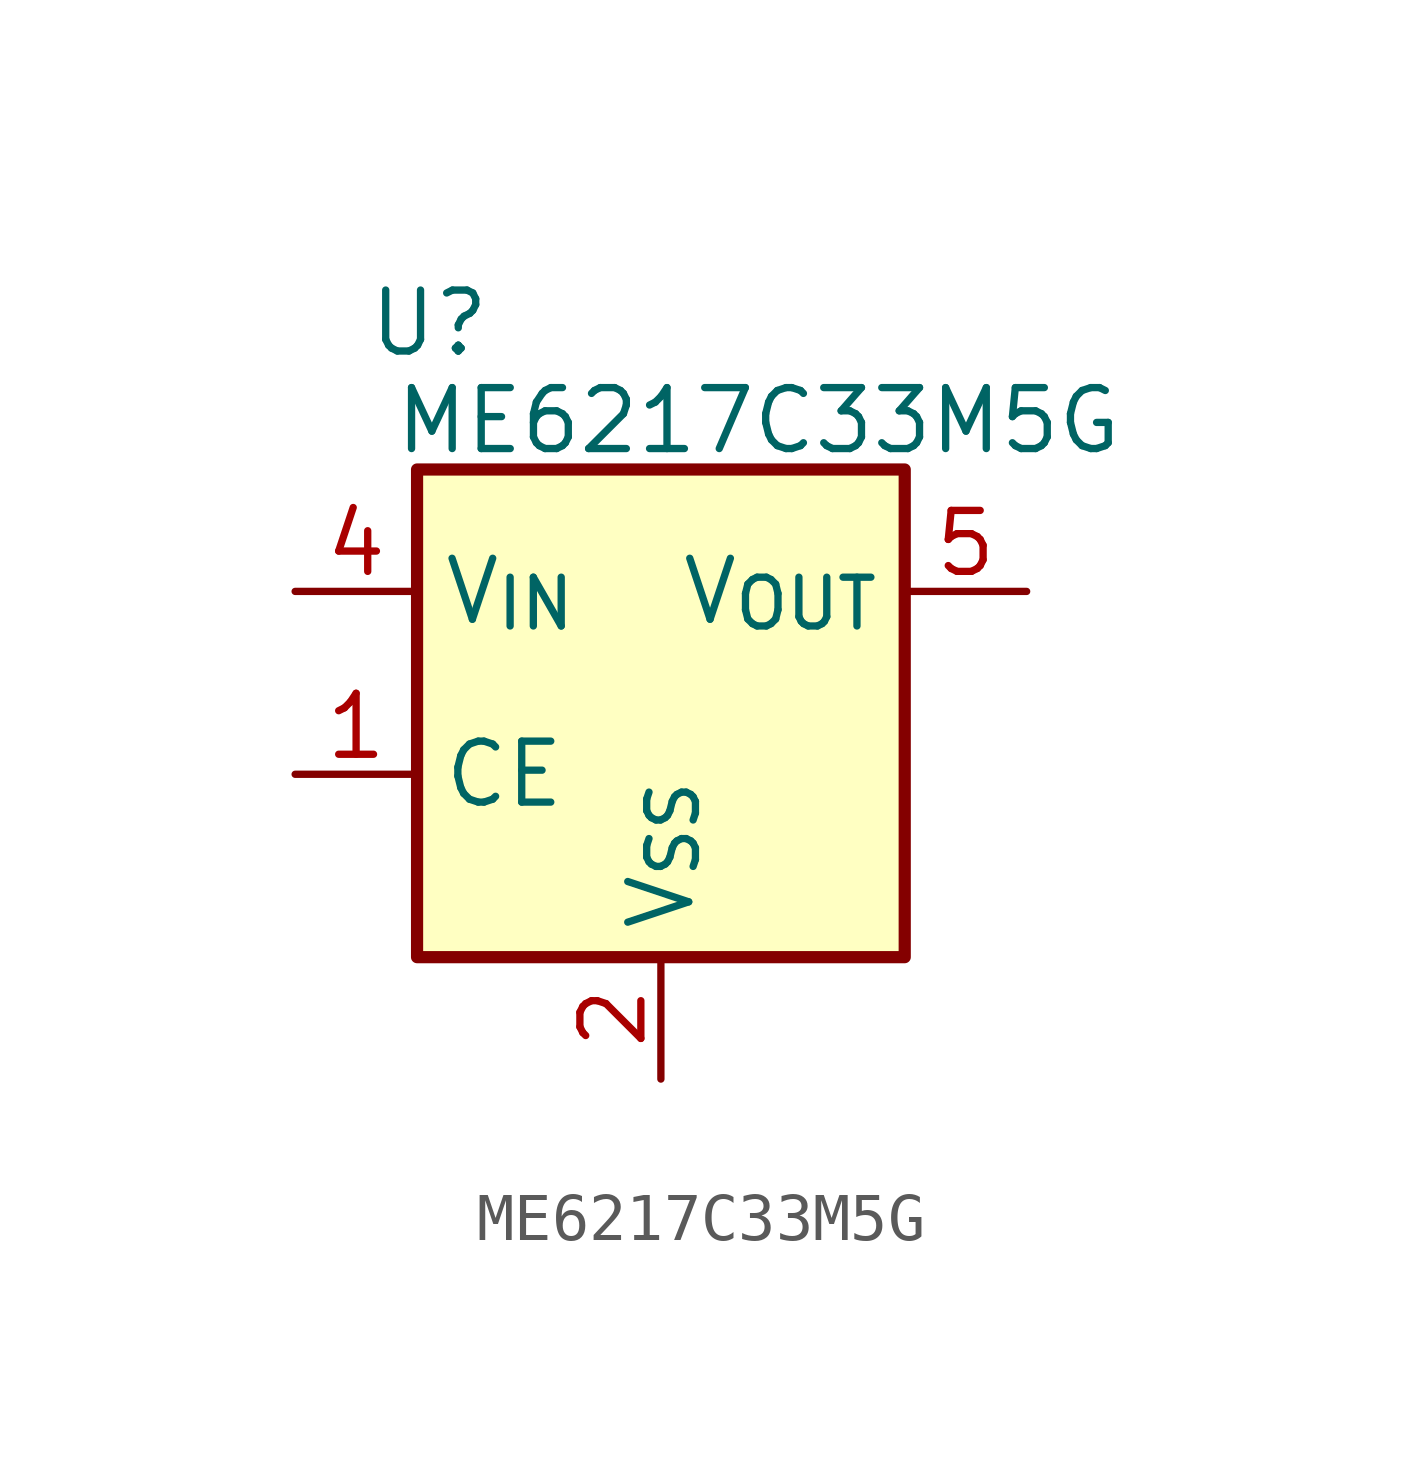
<source format=kicad_sym>
(kicad_symbol_lib
  (version 20231120)
  (generator "kicad_symbol_editor")
  (generator_version "8.0")
  (symbol "ME6217C33M5G"
    (property "Reference" "U"
      (at 1.524 13.208 0)
      (effects (font (size 1.27 1.27))))
    (property "Value" "ME6217C33M5G"
      (at 8.382 11.176 0)
      (effects (font (size 1.27 1.27))))
    (symbol "ME6217C33M5G_1_1"
      (rectangle (start 1.27 10.16) (end 11.43 0) (stroke (width 0.254) (type default)) (fill (type background)))
      (pin power_in line (at -1.27 3.81 0) (length 2.54) (name "CE" (effects (font (size 1.27 1.27)))) (number "1" (effects (font (size 1.27 1.27)))))
      (pin power_in line (at 6.35 -2.54 90) (length 2.54) (name "V_{SS}" (effects (font (size 1.27 1.27)))) (number "2" (effects (font (size 1.27 1.27)))))
      (pin no_connect line (at 13.97 3.81 180) (length 2.54) hide (name "NC" (effects (font (size 1.27 1.27)))) (number "3" (effects (font (size 1.27 1.27)))))
      (pin input line (at -1.27 7.62 0) (length 2.54) (name "V_{IN}" (effects (font (size 1.27 1.27)))) (number "4" (effects (font (size 1.27 1.27)))))
      (pin power_out line (at 13.97 7.62 180) (length 2.54) (name "V_{OUT}" (effects (font (size 1.27 1.27)))) (number "5" (effects (font (size 1.27 1.27))))))))
</source>
